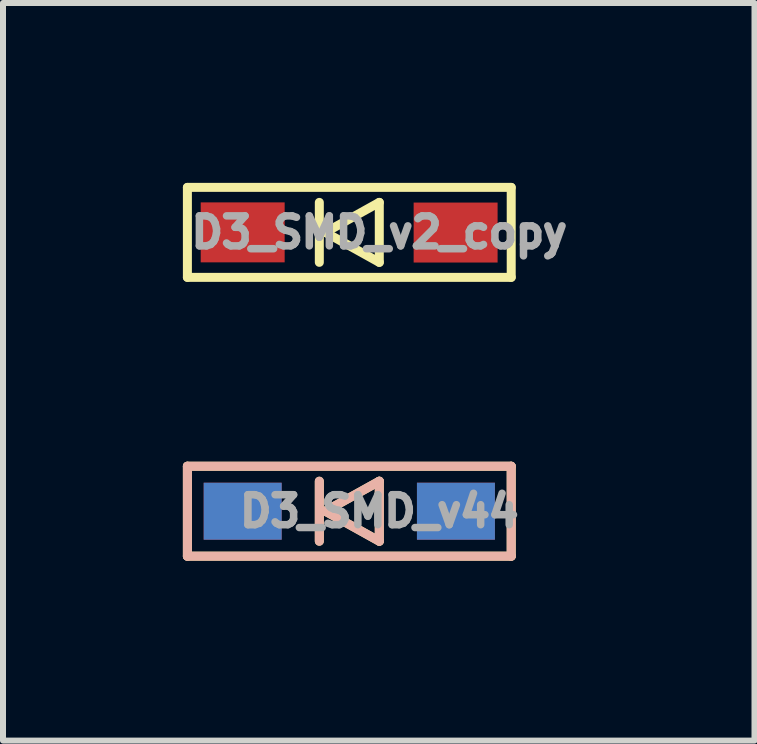
<source format=kicad_pcb>
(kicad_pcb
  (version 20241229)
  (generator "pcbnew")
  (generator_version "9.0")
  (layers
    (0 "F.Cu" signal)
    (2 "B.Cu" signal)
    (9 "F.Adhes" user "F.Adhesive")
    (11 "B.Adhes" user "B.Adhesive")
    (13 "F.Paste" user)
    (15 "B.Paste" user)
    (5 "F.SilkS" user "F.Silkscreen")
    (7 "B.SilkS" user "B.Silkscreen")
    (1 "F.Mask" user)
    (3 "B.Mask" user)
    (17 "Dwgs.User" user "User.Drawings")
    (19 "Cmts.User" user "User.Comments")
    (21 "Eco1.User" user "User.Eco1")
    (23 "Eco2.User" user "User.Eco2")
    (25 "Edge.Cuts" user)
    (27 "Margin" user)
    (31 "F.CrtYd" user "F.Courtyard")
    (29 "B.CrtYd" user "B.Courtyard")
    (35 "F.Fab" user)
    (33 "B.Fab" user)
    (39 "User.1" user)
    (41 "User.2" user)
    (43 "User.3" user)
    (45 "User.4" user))
  (footprint "D3_SMD_v44"
    (layer "F.Cu")
    (at 2.775 5.475)
    (property "Reference" "D3_SMD_v44" (at 0.5 0 0) (layer "F.Fab") (effects (font (size 0.5 0.5) (thickness 0.125))))
    (attr through_hole)
    (fp_line (start -2.7 -0.75) (end -2.7 0.75) (stroke (width 0.15) (type solid)) (layer "F.SilkS"))
    (fp_line (start -2.7 0.75) (end 2.7 0.75) (stroke (width 0.15) (type solid)) (layer "F.SilkS"))
    (fp_line (start -0.5 -0.5) (end -0.5 0.5) (stroke (width 0.15) (type solid)) (layer "F.SilkS"))
    (fp_line (start -0.4 0) (end 0.5 -0.5) (stroke (width 0.15) (type solid)) (layer "F.SilkS"))
    (fp_line (start 0.5 -0.5) (end 0.5 0.5) (stroke (width 0.15) (type solid)) (layer "F.SilkS"))
    (fp_line (start 0.5 0.5) (end -0.4 0) (stroke (width 0.15) (type solid)) (layer "F.SilkS"))
    (fp_line (start 2.7 -0.75) (end -2.7 -0.75) (stroke (width 0.15) (type solid)) (layer "F.SilkS"))
    (fp_line (start 2.7 -0.75) (end 2.7 0.75) (stroke (width 0.15) (type solid)) (layer "F.SilkS"))
    (fp_line (start -2.7 -0.75) (end -2.7 0.75) (stroke (width 0.15) (type solid)) (layer "B.SilkS"))
    (fp_line (start -2.7 0.75) (end 2.7 0.75) (stroke (width 0.15) (type solid)) (layer "B.SilkS"))
    (fp_line (start -0.5 -0.5) (end -0.5 0.5) (stroke (width 0.15) (type solid)) (layer "B.SilkS"))
    (fp_line (start -0.4 0) (end 0.5 -0.5) (stroke (width 0.15) (type solid)) (layer "B.SilkS"))
    (fp_line (start 0.5 -0.5) (end 0.5 0.5) (stroke (width 0.15) (type solid)) (layer "B.SilkS"))
    (fp_line (start 0.5 0.5) (end -0.4 0) (stroke (width 0.15) (type solid)) (layer "B.SilkS"))
    (fp_line (start 2.7 -0.75) (end -2.7 -0.75) (stroke (width 0.15) (type solid)) (layer "B.SilkS"))
    (fp_line (start 2.7 0.75) (end 2.7 -0.75) (stroke (width 0.15) (type solid)) (layer "B.SilkS"))
    (pad "1" smd rect (at 1.778 0) (size 1.3 0.95) (layers "F.Cu" "F.Mask" "F.Paste"))
    (pad "1" smd rect (at 1.778 0) (size 1.3 0.95) (layers "B.Cu" "B.Mask" "B.Paste"))
    (pad "2" smd rect (at -1.778 0) (size 1.3 0.95) (layers "F.Cu" "F.Mask" "F.Paste"))
    (pad "2" smd rect (at -1.778 0) (size 1.3 0.95) (layers "B.Cu" "B.Mask" "B.Paste")))
  (footprint "D3_SMD_v2_copy"
    (layer "F.Cu")
    (at 2.775 0.825)
    (property "Reference" "D3_SMD_v2_copy" (at 0.5 0 0) (layer "F.Fab") (effects (font (size 0.5 0.5) (thickness 0.125))))
    (attr through_hole)
    (fp_line (start -2.7 -0.75) (end -2.7 0.75) (stroke (width 0.15) (type solid)) (layer "F.SilkS"))
    (fp_line (start -2.7 0.75) (end 2.7 0.75) (stroke (width 0.15) (type solid)) (layer "F.SilkS"))
    (fp_line (start -0.5 -0.5) (end -0.5 0.5) (stroke (width 0.15) (type solid)) (layer "F.SilkS"))
    (fp_line (start -0.4 0) (end 0.5 -0.5) (stroke (width 0.15) (type solid)) (layer "F.SilkS"))
    (fp_line (start 0.5 -0.5) (end 0.5 0.5) (stroke (width 0.15) (type solid)) (layer "F.SilkS"))
    (fp_line (start 0.5 0.5) (end -0.4 0) (stroke (width 0.15) (type solid)) (layer "F.SilkS"))
    (fp_line (start 2.7 -0.75) (end -2.7 -0.75) (stroke (width 0.15) (type solid)) (layer "F.SilkS"))
    (fp_line (start 2.7 -0.75) (end 2.7 0.75) (stroke (width 0.15) (type solid)) (layer "F.SilkS"))
    (pad "1" smd rect (at 1.773 0.003) (size 1.4 1) (layers "F.Cu" "F.Mask" "F.Paste"))
    (pad "2" smd rect (at -1.778 0) (size 1.4 1) (layers "F.Cu" "F.Mask" "F.Paste")))
  (gr_rect
    (start -3 -3)
    (end 9.532 9.3)
    (stroke (width 0.1) (type default))
    (fill no)
    (layer "Edge.Cuts")))
</source>
